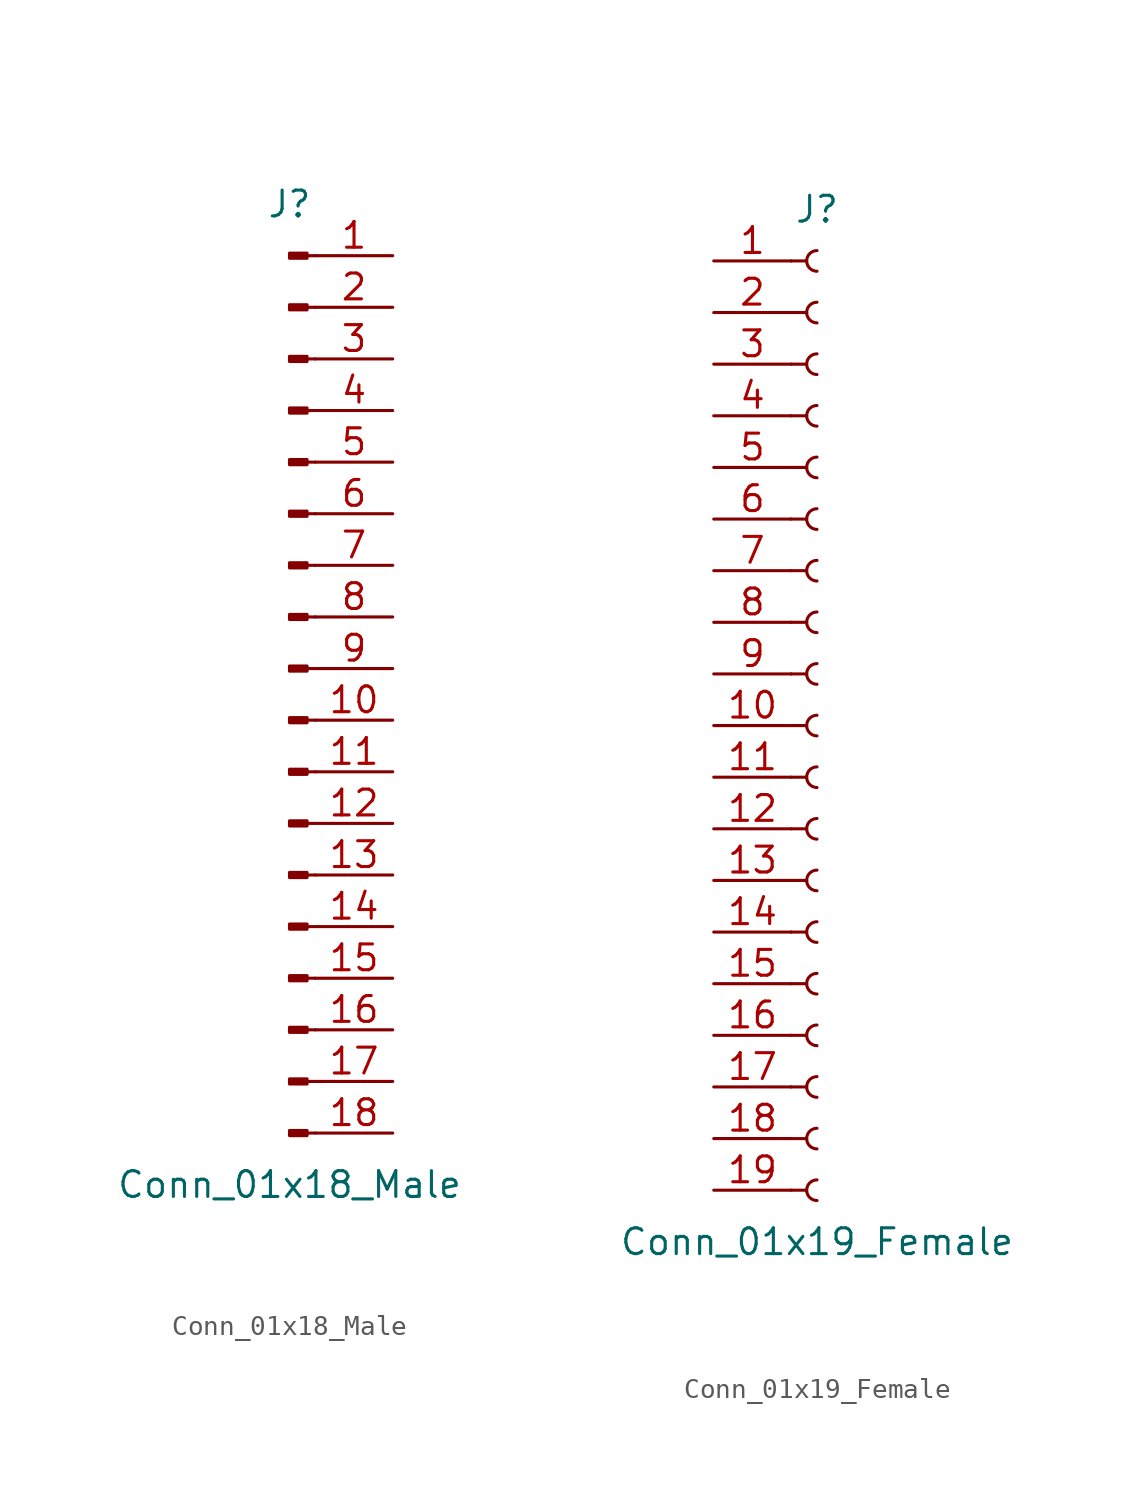
<source format=kicad_sym>
(kicad_symbol_lib
  (version 20220914)
  (generator kicad_symbol_editor)
  (symbol "Conn_01x18_Male"
    (pin_names
      (offset 1.016) hide)
    (property "Reference" "J"
      (at 0 22.86 0)
      (effects (font (size 1.27 1.27))))
    (property "Value" "Conn_01x18_Male"
      (at 0 -25.4 0)
      (effects (font (size 1.27 1.27))))
    (symbol "Conn_01x18_Male_1_1"
      (polyline (pts (xy 1.27 -22.86) (xy 0.864 -22.86)) (stroke (width 0.152) (type solid)) (fill (type none)))
      (polyline (pts (xy 1.27 -20.32) (xy 0.864 -20.32)) (stroke (width 0.152) (type solid)) (fill (type none)))
      (polyline (pts (xy 1.27 -17.78) (xy 0.864 -17.78)) (stroke (width 0.152) (type solid)) (fill (type none)))
      (polyline (pts (xy 1.27 -15.24) (xy 0.864 -15.24)) (stroke (width 0.152) (type solid)) (fill (type none)))
      (polyline (pts (xy 1.27 -12.7) (xy 0.864 -12.7)) (stroke (width 0.152) (type solid)) (fill (type none)))
      (polyline (pts (xy 1.27 -10.16) (xy 0.864 -10.16)) (stroke (width 0.152) (type solid)) (fill (type none)))
      (polyline (pts (xy 1.27 -7.62) (xy 0.864 -7.62)) (stroke (width 0.152) (type solid)) (fill (type none)))
      (polyline (pts (xy 1.27 -5.08) (xy 0.864 -5.08)) (stroke (width 0.152) (type solid)) (fill (type none)))
      (polyline (pts (xy 1.27 -2.54) (xy 0.864 -2.54)) (stroke (width 0.152) (type solid)) (fill (type none)))
      (polyline (pts (xy 1.27 0) (xy 0.864 0)) (stroke (width 0.152) (type solid)) (fill (type none)))
      (polyline (pts (xy 1.27 2.54) (xy 0.864 2.54)) (stroke (width 0.152) (type solid)) (fill (type none)))
      (polyline (pts (xy 1.27 5.08) (xy 0.864 5.08)) (stroke (width 0.152) (type solid)) (fill (type none)))
      (polyline (pts (xy 1.27 7.62) (xy 0.864 7.62)) (stroke (width 0.152) (type solid)) (fill (type none)))
      (polyline (pts (xy 1.27 10.16) (xy 0.864 10.16)) (stroke (width 0.152) (type solid)) (fill (type none)))
      (polyline (pts (xy 1.27 12.7) (xy 0.864 12.7)) (stroke (width 0.152) (type solid)) (fill (type none)))
      (polyline (pts (xy 1.27 15.24) (xy 0.864 15.24)) (stroke (width 0.152) (type solid)) (fill (type none)))
      (polyline (pts (xy 1.27 17.78) (xy 0.864 17.78)) (stroke (width 0.152) (type solid)) (fill (type none)))
      (polyline (pts (xy 1.27 20.32) (xy 0.864 20.32)) (stroke (width 0.152) (type solid)) (fill (type none)))
      (rectangle (start 0.864 -22.733) (end 0 -22.987) (stroke (width 0.152) (type solid)) (fill (type outline)))
      (rectangle (start 0.864 -20.193) (end 0 -20.447) (stroke (width 0.152) (type solid)) (fill (type outline)))
      (rectangle (start 0.864 -17.653) (end 0 -17.907) (stroke (width 0.152) (type solid)) (fill (type outline)))
      (rectangle (start 0.864 -15.113) (end 0 -15.367) (stroke (width 0.152) (type solid)) (fill (type outline)))
      (rectangle (start 0.864 -12.573) (end 0 -12.827) (stroke (width 0.152) (type solid)) (fill (type outline)))
      (rectangle (start 0.864 -10.033) (end 0 -10.287) (stroke (width 0.152) (type solid)) (fill (type outline)))
      (rectangle (start 0.864 -7.493) (end 0 -7.747) (stroke (width 0.152) (type solid)) (fill (type outline)))
      (rectangle (start 0.864 -4.953) (end 0 -5.207) (stroke (width 0.152) (type solid)) (fill (type outline)))
      (rectangle (start 0.864 -2.413) (end 0 -2.667) (stroke (width 0.152) (type solid)) (fill (type outline)))
      (rectangle (start 0.864 0.127) (end 0 -0.127) (stroke (width 0.152) (type solid)) (fill (type outline)))
      (rectangle (start 0.864 2.667) (end 0 2.413) (stroke (width 0.152) (type solid)) (fill (type outline)))
      (rectangle (start 0.864 5.207) (end 0 4.953) (stroke (width 0.152) (type solid)) (fill (type outline)))
      (rectangle (start 0.864 7.747) (end 0 7.493) (stroke (width 0.152) (type solid)) (fill (type outline)))
      (rectangle (start 0.864 10.287) (end 0 10.033) (stroke (width 0.152) (type solid)) (fill (type outline)))
      (rectangle (start 0.864 12.827) (end 0 12.573) (stroke (width 0.152) (type solid)) (fill (type outline)))
      (rectangle (start 0.864 15.367) (end 0 15.113) (stroke (width 0.152) (type solid)) (fill (type outline)))
      (rectangle (start 0.864 17.907) (end 0 17.653) (stroke (width 0.152) (type solid)) (fill (type outline)))
      (rectangle (start 0.864 20.447) (end 0 20.193) (stroke (width 0.152) (type solid)) (fill (type outline)))
      (pin passive line (at 5.08 20.32 180) (length 3.81) (name "Pin_1" (effects (font (size 1.27 1.27)))) (number "1" (effects (font (size 1.27 1.27)))))
      (pin passive line (at 5.08 -2.54 180) (length 3.81) (name "Pin_10" (effects (font (size 1.27 1.27)))) (number "10" (effects (font (size 1.27 1.27)))))
      (pin passive line (at 5.08 -5.08 180) (length 3.81) (name "Pin_11" (effects (font (size 1.27 1.27)))) (number "11" (effects (font (size 1.27 1.27)))))
      (pin passive line (at 5.08 -7.62 180) (length 3.81) (name "Pin_12" (effects (font (size 1.27 1.27)))) (number "12" (effects (font (size 1.27 1.27)))))
      (pin passive line (at 5.08 -10.16 180) (length 3.81) (name "Pin_13" (effects (font (size 1.27 1.27)))) (number "13" (effects (font (size 1.27 1.27)))))
      (pin passive line (at 5.08 -12.7 180) (length 3.81) (name "Pin_14" (effects (font (size 1.27 1.27)))) (number "14" (effects (font (size 1.27 1.27)))))
      (pin passive line (at 5.08 -15.24 180) (length 3.81) (name "Pin_15" (effects (font (size 1.27 1.27)))) (number "15" (effects (font (size 1.27 1.27)))))
      (pin passive line (at 5.08 -17.78 180) (length 3.81) (name "Pin_16" (effects (font (size 1.27 1.27)))) (number "16" (effects (font (size 1.27 1.27)))))
      (pin passive line (at 5.08 -20.32 180) (length 3.81) (name "Pin_17" (effects (font (size 1.27 1.27)))) (number "17" (effects (font (size 1.27 1.27)))))
      (pin passive line (at 5.08 -22.86 180) (length 3.81) (name "Pin_18" (effects (font (size 1.27 1.27)))) (number "18" (effects (font (size 1.27 1.27)))))
      (pin passive line (at 5.08 17.78 180) (length 3.81) (name "Pin_2" (effects (font (size 1.27 1.27)))) (number "2" (effects (font (size 1.27 1.27)))))
      (pin passive line (at 5.08 15.24 180) (length 3.81) (name "Pin_3" (effects (font (size 1.27 1.27)))) (number "3" (effects (font (size 1.27 1.27)))))
      (pin passive line (at 5.08 12.7 180) (length 3.81) (name "Pin_4" (effects (font (size 1.27 1.27)))) (number "4" (effects (font (size 1.27 1.27)))))
      (pin passive line (at 5.08 10.16 180) (length 3.81) (name "Pin_5" (effects (font (size 1.27 1.27)))) (number "5" (effects (font (size 1.27 1.27)))))
      (pin passive line (at 5.08 7.62 180) (length 3.81) (name "Pin_6" (effects (font (size 1.27 1.27)))) (number "6" (effects (font (size 1.27 1.27)))))
      (pin passive line (at 5.08 5.08 180) (length 3.81) (name "Pin_7" (effects (font (size 1.27 1.27)))) (number "7" (effects (font (size 1.27 1.27)))))
      (pin passive line (at 5.08 2.54 180) (length 3.81) (name "Pin_8" (effects (font (size 1.27 1.27)))) (number "8" (effects (font (size 1.27 1.27)))))
      (pin passive line (at 5.08 0 180) (length 3.81) (name "Pin_9" (effects (font (size 1.27 1.27)))) (number "9" (effects (font (size 1.27 1.27)))))))
  (symbol "Conn_01x19_Female"
    (pin_names
      (offset 1.016) hide)
    (property "Reference" "J"
      (at 0 25.4 0)
      (effects (font (size 1.27 1.27))))
    (property "Value" "Conn_01x19_Female"
      (at 0 -25.4 0)
      (effects (font (size 1.27 1.27))))
    (symbol "Conn_01x19_Female_1_1"
      (arc (start 0 -22.352) (mid -0.5058 -22.86) (end 0 -23.368) (stroke (width 0.1524) (type solid)) (fill (type none)))
      (arc (start 0 -19.812) (mid -0.5058 -20.32) (end 0 -20.828) (stroke (width 0.1524) (type solid)) (fill (type none)))
      (arc (start 0 -17.272) (mid -0.5058 -17.78) (end 0 -18.288) (stroke (width 0.1524) (type solid)) (fill (type none)))
      (arc (start 0 -14.732) (mid -0.5058 -15.24) (end 0 -15.748) (stroke (width 0.1524) (type solid)) (fill (type none)))
      (arc (start 0 -12.192) (mid -0.5058 -12.7) (end 0 -13.208) (stroke (width 0.1524) (type solid)) (fill (type none)))
      (arc (start 0 -9.652) (mid -0.5058 -10.16) (end 0 -10.668) (stroke (width 0.1524) (type solid)) (fill (type none)))
      (arc (start 0 -7.112) (mid -0.5058 -7.62) (end 0 -8.128) (stroke (width 0.1524) (type solid)) (fill (type none)))
      (arc (start 0 -4.572) (mid -0.5058 -5.08) (end 0 -5.588) (stroke (width 0.1524) (type solid)) (fill (type none)))
      (arc (start 0 -2.032) (mid -0.5058 -2.54) (end 0 -3.048) (stroke (width 0.1524) (type solid)) (fill (type none)))
      (polyline (pts (xy -1.27 -22.86) (xy -0.508 -22.86)) (stroke (width 0.152) (type solid)) (fill (type none)))
      (polyline (pts (xy -1.27 -20.32) (xy -0.508 -20.32)) (stroke (width 0.152) (type solid)) (fill (type none)))
      (polyline (pts (xy -1.27 -17.78) (xy -0.508 -17.78)) (stroke (width 0.152) (type solid)) (fill (type none)))
      (polyline (pts (xy -1.27 -15.24) (xy -0.508 -15.24)) (stroke (width 0.152) (type solid)) (fill (type none)))
      (polyline (pts (xy -1.27 -12.7) (xy -0.508 -12.7)) (stroke (width 0.152) (type solid)) (fill (type none)))
      (polyline (pts (xy -1.27 -10.16) (xy -0.508 -10.16)) (stroke (width 0.152) (type solid)) (fill (type none)))
      (polyline (pts (xy -1.27 -7.62) (xy -0.508 -7.62)) (stroke (width 0.152) (type solid)) (fill (type none)))
      (polyline (pts (xy -1.27 -5.08) (xy -0.508 -5.08)) (stroke (width 0.152) (type solid)) (fill (type none)))
      (polyline (pts (xy -1.27 -2.54) (xy -0.508 -2.54)) (stroke (width 0.152) (type solid)) (fill (type none)))
      (polyline (pts (xy -1.27 0) (xy -0.508 0)) (stroke (width 0.152) (type solid)) (fill (type none)))
      (polyline (pts (xy -1.27 2.54) (xy -0.508 2.54)) (stroke (width 0.152) (type solid)) (fill (type none)))
      (polyline (pts (xy -1.27 5.08) (xy -0.508 5.08)) (stroke (width 0.152) (type solid)) (fill (type none)))
      (polyline (pts (xy -1.27 7.62) (xy -0.508 7.62)) (stroke (width 0.152) (type solid)) (fill (type none)))
      (polyline (pts (xy -1.27 10.16) (xy -0.508 10.16)) (stroke (width 0.152) (type solid)) (fill (type none)))
      (polyline (pts (xy -1.27 12.7) (xy -0.508 12.7)) (stroke (width 0.152) (type solid)) (fill (type none)))
      (polyline (pts (xy -1.27 15.24) (xy -0.508 15.24)) (stroke (width 0.152) (type solid)) (fill (type none)))
      (polyline (pts (xy -1.27 17.78) (xy -0.508 17.78)) (stroke (width 0.152) (type solid)) (fill (type none)))
      (polyline (pts (xy -1.27 20.32) (xy -0.508 20.32)) (stroke (width 0.152) (type solid)) (fill (type none)))
      (polyline (pts (xy -1.27 22.86) (xy -0.508 22.86)) (stroke (width 0.152) (type solid)) (fill (type none)))
      (arc (start 0 0.508) (mid -0.5058 0) (end 0 -0.508) (stroke (width 0.1524) (type solid)) (fill (type none)))
      (arc (start 0 3.048) (mid -0.5058 2.54) (end 0 2.032) (stroke (width 0.1524) (type solid)) (fill (type none)))
      (arc (start 0 5.588) (mid -0.5058 5.08) (end 0 4.572) (stroke (width 0.1524) (type solid)) (fill (type none)))
      (arc (start 0 8.128) (mid -0.5058 7.62) (end 0 7.112) (stroke (width 0.1524) (type solid)) (fill (type none)))
      (arc (start 0 10.668) (mid -0.5058 10.16) (end 0 9.652) (stroke (width 0.1524) (type solid)) (fill (type none)))
      (arc (start 0 13.208) (mid -0.5058 12.7) (end 0 12.192) (stroke (width 0.1524) (type solid)) (fill (type none)))
      (arc (start 0 15.748) (mid -0.5058 15.24) (end 0 14.732) (stroke (width 0.1524) (type solid)) (fill (type none)))
      (arc (start 0 18.288) (mid -0.5058 17.78) (end 0 17.272) (stroke (width 0.1524) (type solid)) (fill (type none)))
      (arc (start 0 20.828) (mid -0.5058 20.32) (end 0 19.812) (stroke (width 0.1524) (type solid)) (fill (type none)))
      (arc (start 0 23.368) (mid -0.5058 22.86) (end 0 22.352) (stroke (width 0.1524) (type solid)) (fill (type none)))
      (pin passive line (at -5.08 22.86 0) (length 3.81) (name "Pin_1" (effects (font (size 1.27 1.27)))) (number "1" (effects (font (size 1.27 1.27)))))
      (pin passive line (at -5.08 0 0) (length 3.81) (name "Pin_10" (effects (font (size 1.27 1.27)))) (number "10" (effects (font (size 1.27 1.27)))))
      (pin passive line (at -5.08 -2.54 0) (length 3.81) (name "Pin_11" (effects (font (size 1.27 1.27)))) (number "11" (effects (font (size 1.27 1.27)))))
      (pin passive line (at -5.08 -5.08 0) (length 3.81) (name "Pin_12" (effects (font (size 1.27 1.27)))) (number "12" (effects (font (size 1.27 1.27)))))
      (pin passive line (at -5.08 -7.62 0) (length 3.81) (name "Pin_13" (effects (font (size 1.27 1.27)))) (number "13" (effects (font (size 1.27 1.27)))))
      (pin passive line (at -5.08 -10.16 0) (length 3.81) (name "Pin_14" (effects (font (size 1.27 1.27)))) (number "14" (effects (font (size 1.27 1.27)))))
      (pin passive line (at -5.08 -12.7 0) (length 3.81) (name "Pin_15" (effects (font (size 1.27 1.27)))) (number "15" (effects (font (size 1.27 1.27)))))
      (pin passive line (at -5.08 -15.24 0) (length 3.81) (name "Pin_16" (effects (font (size 1.27 1.27)))) (number "16" (effects (font (size 1.27 1.27)))))
      (pin passive line (at -5.08 -17.78 0) (length 3.81) (name "Pin_17" (effects (font (size 1.27 1.27)))) (number "17" (effects (font (size 1.27 1.27)))))
      (pin passive line (at -5.08 -20.32 0) (length 3.81) (name "Pin_18" (effects (font (size 1.27 1.27)))) (number "18" (effects (font (size 1.27 1.27)))))
      (pin passive line (at -5.08 -22.86 0) (length 3.81) (name "Pin_19" (effects (font (size 1.27 1.27)))) (number "19" (effects (font (size 1.27 1.27)))))
      (pin passive line (at -5.08 20.32 0) (length 3.81) (name "Pin_2" (effects (font (size 1.27 1.27)))) (number "2" (effects (font (size 1.27 1.27)))))
      (pin passive line (at -5.08 17.78 0) (length 3.81) (name "Pin_3" (effects (font (size 1.27 1.27)))) (number "3" (effects (font (size 1.27 1.27)))))
      (pin passive line (at -5.08 15.24 0) (length 3.81) (name "Pin_4" (effects (font (size 1.27 1.27)))) (number "4" (effects (font (size 1.27 1.27)))))
      (pin passive line (at -5.08 12.7 0) (length 3.81) (name "Pin_5" (effects (font (size 1.27 1.27)))) (number "5" (effects (font (size 1.27 1.27)))))
      (pin passive line (at -5.08 10.16 0) (length 3.81) (name "Pin_6" (effects (font (size 1.27 1.27)))) (number "6" (effects (font (size 1.27 1.27)))))
      (pin passive line (at -5.08 7.62 0) (length 3.81) (name "Pin_7" (effects (font (size 1.27 1.27)))) (number "7" (effects (font (size 1.27 1.27)))))
      (pin passive line (at -5.08 5.08 0) (length 3.81) (name "Pin_8" (effects (font (size 1.27 1.27)))) (number "8" (effects (font (size 1.27 1.27)))))
      (pin passive line (at -5.08 2.54 0) (length 3.81) (name "Pin_9" (effects (font (size 1.27 1.27)))) (number "9" (effects (font (size 1.27 1.27))))))))
</source>
